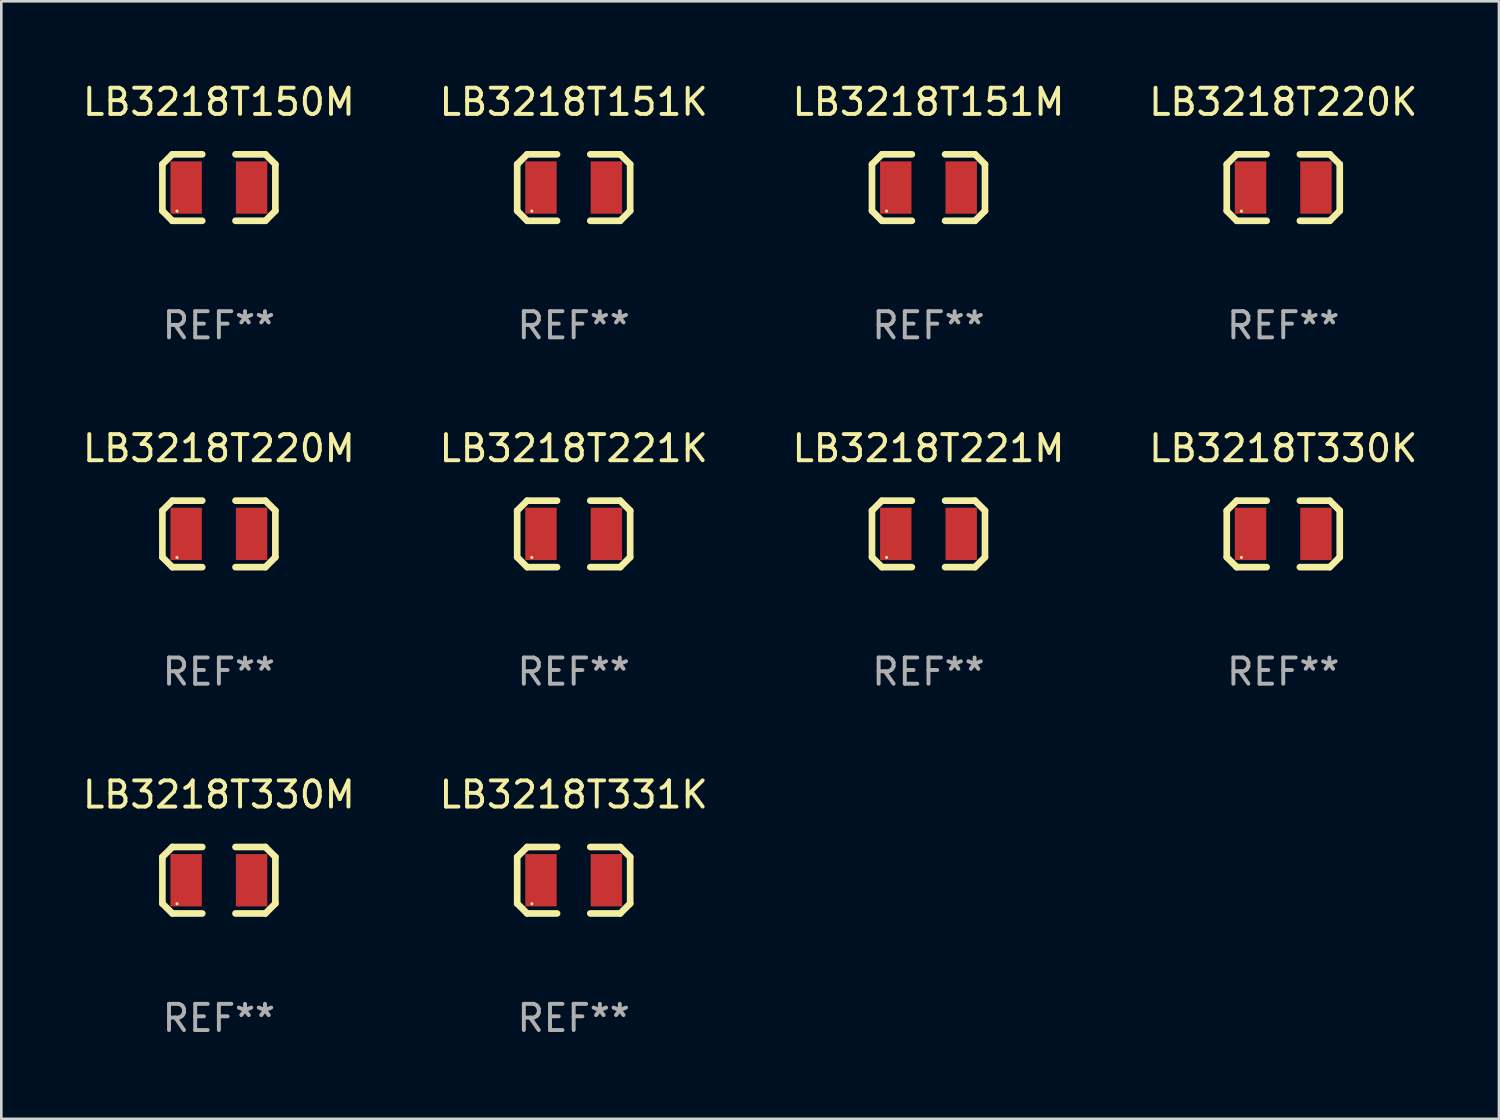
<source format=kicad_pcb>
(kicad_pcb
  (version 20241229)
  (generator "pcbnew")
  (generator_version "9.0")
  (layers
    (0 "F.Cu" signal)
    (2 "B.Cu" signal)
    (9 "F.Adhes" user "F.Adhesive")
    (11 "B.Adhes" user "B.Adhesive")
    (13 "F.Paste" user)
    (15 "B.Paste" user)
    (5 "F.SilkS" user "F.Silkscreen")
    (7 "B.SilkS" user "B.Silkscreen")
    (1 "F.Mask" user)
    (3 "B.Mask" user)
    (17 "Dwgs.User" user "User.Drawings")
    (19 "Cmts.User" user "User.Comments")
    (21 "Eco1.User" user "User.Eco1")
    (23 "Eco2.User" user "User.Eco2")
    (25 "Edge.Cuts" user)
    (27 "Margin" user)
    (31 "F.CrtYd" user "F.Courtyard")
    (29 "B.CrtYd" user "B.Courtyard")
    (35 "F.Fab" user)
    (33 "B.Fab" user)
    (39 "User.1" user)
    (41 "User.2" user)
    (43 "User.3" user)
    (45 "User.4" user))
  (footprint "LB3218T330K"
    (layer "F.Cu")
    (at 45.994 17.355)
    (property "Reference" "LB3218T330K" (at 0 -3.27 0) (layer "F.SilkS") (effects (font (size 1 1) (thickness 0.15))))
    (attr through_hole)
    (fp_line (start -2.159 -0.889) (end -2.159 0.889) (stroke (width 0.254) (type solid)) (layer "F.SilkS"))
    (fp_line (start -2.159 0.889) (end -1.778 1.27) (stroke (width 0.254) (type solid)) (layer "F.SilkS"))
    (fp_line (start -1.778 -1.27) (end -2.159 -0.889) (stroke (width 0.254) (type solid)) (layer "F.SilkS"))
    (fp_line (start -1.778 1.27) (end -0.635 1.27) (stroke (width 0.254) (type solid)) (layer "F.SilkS"))
    (fp_line (start -0.635 -1.27) (end -1.778 -1.27) (stroke (width 0.254) (type solid)) (layer "F.SilkS"))
    (fp_line (start 0.635 1.27) (end 1.778 1.27) (stroke (width 0.254) (type solid)) (layer "F.SilkS"))
    (fp_line (start 1.778 -1.27) (end 0.635 -1.27) (stroke (width 0.254) (type solid)) (layer "F.SilkS"))
    (fp_line (start 1.778 1.27) (end 2.159 0.889) (stroke (width 0.254) (type solid)) (layer "F.SilkS"))
    (fp_line (start 2.159 -0.889) (end 1.778 -1.27) (stroke (width 0.254) (type solid)) (layer "F.SilkS"))
    (fp_line (start 2.159 0.889) (end 2.159 -0.889) (stroke (width 0.254) (type solid)) (layer "F.SilkS"))
    (fp_circle (center -1.6 0.9) (end -1.57 0.9) (stroke (width 0.06) (type solid)) (fill no) (layer "F.SilkS"))
    (fp_text user "REF**" (at 0 5.27 0) (layer "F.Fab") (effects (font (size 1 1) (thickness 0.15))))
    (pad "1" smd rect (at -1.25 0) (size 1.2 2) (layers "F.Cu" "F.Mask" "F.Paste"))
    (pad "2" smd rect (at 1.25 0) (size 1.2 2) (layers "F.Cu" "F.Mask" "F.Paste")))
  (footprint "LB3218T220M"
    (layer "F.Cu")
    (at 5.315 17.355)
    (property "Reference" "LB3218T220M" (at 0 -3.27 0) (layer "F.SilkS") (effects (font (size 1 1) (thickness 0.15))))
    (attr through_hole)
    (fp_line (start -2.159 -0.889) (end -2.159 0.889) (stroke (width 0.254) (type solid)) (layer "F.SilkS"))
    (fp_line (start -2.159 0.889) (end -1.778 1.27) (stroke (width 0.254) (type solid)) (layer "F.SilkS"))
    (fp_line (start -1.778 -1.27) (end -2.159 -0.889) (stroke (width 0.254) (type solid)) (layer "F.SilkS"))
    (fp_line (start -1.778 1.27) (end -0.635 1.27) (stroke (width 0.254) (type solid)) (layer "F.SilkS"))
    (fp_line (start -0.635 -1.27) (end -1.778 -1.27) (stroke (width 0.254) (type solid)) (layer "F.SilkS"))
    (fp_line (start 0.635 1.27) (end 1.778 1.27) (stroke (width 0.254) (type solid)) (layer "F.SilkS"))
    (fp_line (start 1.778 -1.27) (end 0.635 -1.27) (stroke (width 0.254) (type solid)) (layer "F.SilkS"))
    (fp_line (start 1.778 1.27) (end 2.159 0.889) (stroke (width 0.254) (type solid)) (layer "F.SilkS"))
    (fp_line (start 2.159 -0.889) (end 1.778 -1.27) (stroke (width 0.254) (type solid)) (layer "F.SilkS"))
    (fp_line (start 2.159 0.889) (end 2.159 -0.889) (stroke (width 0.254) (type solid)) (layer "F.SilkS"))
    (fp_circle (center -1.6 0.9) (end -1.57 0.9) (stroke (width 0.06) (type solid)) (fill no) (layer "F.SilkS"))
    (fp_text user "REF**" (at 0 5.27 0) (layer "F.Fab") (effects (font (size 1 1) (thickness 0.15))))
    (pad "1" smd rect (at -1.25 0) (size 1.2 2) (layers "F.Cu" "F.Mask" "F.Paste"))
    (pad "2" smd rect (at 1.25 0) (size 1.2 2) (layers "F.Cu" "F.Mask" "F.Paste")))
  (footprint "LB3218T220K"
    (layer "F.Cu")
    (at 45.994 4.118)
    (property "Reference" "LB3218T220K" (at 0 -3.27 0) (layer "F.SilkS") (effects (font (size 1 1) (thickness 0.15))))
    (attr through_hole)
    (fp_line (start -2.159 -0.889) (end -2.159 0.889) (stroke (width 0.254) (type solid)) (layer "F.SilkS"))
    (fp_line (start -2.159 0.889) (end -1.778 1.27) (stroke (width 0.254) (type solid)) (layer "F.SilkS"))
    (fp_line (start -1.778 -1.27) (end -2.159 -0.889) (stroke (width 0.254) (type solid)) (layer "F.SilkS"))
    (fp_line (start -1.778 1.27) (end -0.635 1.27) (stroke (width 0.254) (type solid)) (layer "F.SilkS"))
    (fp_line (start -0.635 -1.27) (end -1.778 -1.27) (stroke (width 0.254) (type solid)) (layer "F.SilkS"))
    (fp_line (start 0.635 1.27) (end 1.778 1.27) (stroke (width 0.254) (type solid)) (layer "F.SilkS"))
    (fp_line (start 1.778 -1.27) (end 0.635 -1.27) (stroke (width 0.254) (type solid)) (layer "F.SilkS"))
    (fp_line (start 1.778 1.27) (end 2.159 0.889) (stroke (width 0.254) (type solid)) (layer "F.SilkS"))
    (fp_line (start 2.159 -0.889) (end 1.778 -1.27) (stroke (width 0.254) (type solid)) (layer "F.SilkS"))
    (fp_line (start 2.159 0.889) (end 2.159 -0.889) (stroke (width 0.254) (type solid)) (layer "F.SilkS"))
    (fp_circle (center -1.6 0.9) (end -1.57 0.9) (stroke (width 0.06) (type solid)) (fill no) (layer "F.SilkS"))
    (fp_text user "REF**" (at 0 5.27 0) (layer "F.Fab") (effects (font (size 1 1) (thickness 0.15))))
    (pad "1" smd rect (at -1.25 0) (size 1.2 2) (layers "F.Cu" "F.Mask" "F.Paste"))
    (pad "2" smd rect (at 1.25 0) (size 1.2 2) (layers "F.Cu" "F.Mask" "F.Paste")))
  (footprint "LB3218T330M"
    (layer "F.Cu")
    (at 5.315 30.591)
    (property "Reference" "LB3218T330M" (at 0 -3.27 0) (layer "F.SilkS") (effects (font (size 1 1) (thickness 0.15))))
    (attr through_hole)
    (fp_line (start -2.159 -0.889) (end -2.159 0.889) (stroke (width 0.254) (type solid)) (layer "F.SilkS"))
    (fp_line (start -2.159 0.889) (end -1.778 1.27) (stroke (width 0.254) (type solid)) (layer "F.SilkS"))
    (fp_line (start -1.778 -1.27) (end -2.159 -0.889) (stroke (width 0.254) (type solid)) (layer "F.SilkS"))
    (fp_line (start -1.778 1.27) (end -0.635 1.27) (stroke (width 0.254) (type solid)) (layer "F.SilkS"))
    (fp_line (start -0.635 -1.27) (end -1.778 -1.27) (stroke (width 0.254) (type solid)) (layer "F.SilkS"))
    (fp_line (start 0.635 1.27) (end 1.778 1.27) (stroke (width 0.254) (type solid)) (layer "F.SilkS"))
    (fp_line (start 1.778 -1.27) (end 0.635 -1.27) (stroke (width 0.254) (type solid)) (layer "F.SilkS"))
    (fp_line (start 1.778 1.27) (end 2.159 0.889) (stroke (width 0.254) (type solid)) (layer "F.SilkS"))
    (fp_line (start 2.159 -0.889) (end 1.778 -1.27) (stroke (width 0.254) (type solid)) (layer "F.SilkS"))
    (fp_line (start 2.159 0.889) (end 2.159 -0.889) (stroke (width 0.254) (type solid)) (layer "F.SilkS"))
    (fp_circle (center -1.6 0.9) (end -1.57 0.9) (stroke (width 0.06) (type solid)) (fill no) (layer "F.SilkS"))
    (fp_text user "REF**" (at 0 5.27 0) (layer "F.Fab") (effects (font (size 1 1) (thickness 0.15))))
    (pad "1" smd rect (at -1.25 0) (size 1.2 2) (layers "F.Cu" "F.Mask" "F.Paste"))
    (pad "2" smd rect (at 1.25 0) (size 1.2 2) (layers "F.Cu" "F.Mask" "F.Paste")))
  (footprint "LB3218T151M"
    (layer "F.Cu")
    (at 32.435 4.118)
    (property "Reference" "LB3218T151M" (at 0 -3.27 0) (layer "F.SilkS") (effects (font (size 1 1) (thickness 0.15))))
    (attr through_hole)
    (fp_line (start -2.159 -0.889) (end -2.159 0.889) (stroke (width 0.254) (type solid)) (layer "F.SilkS"))
    (fp_line (start -2.159 0.889) (end -1.778 1.27) (stroke (width 0.254) (type solid)) (layer "F.SilkS"))
    (fp_line (start -1.778 -1.27) (end -2.159 -0.889) (stroke (width 0.254) (type solid)) (layer "F.SilkS"))
    (fp_line (start -1.778 1.27) (end -0.635 1.27) (stroke (width 0.254) (type solid)) (layer "F.SilkS"))
    (fp_line (start -0.635 -1.27) (end -1.778 -1.27) (stroke (width 0.254) (type solid)) (layer "F.SilkS"))
    (fp_line (start 0.635 1.27) (end 1.778 1.27) (stroke (width 0.254) (type solid)) (layer "F.SilkS"))
    (fp_line (start 1.778 -1.27) (end 0.635 -1.27) (stroke (width 0.254) (type solid)) (layer "F.SilkS"))
    (fp_line (start 1.778 1.27) (end 2.159 0.889) (stroke (width 0.254) (type solid)) (layer "F.SilkS"))
    (fp_line (start 2.159 -0.889) (end 1.778 -1.27) (stroke (width 0.254) (type solid)) (layer "F.SilkS"))
    (fp_line (start 2.159 0.889) (end 2.159 -0.889) (stroke (width 0.254) (type solid)) (layer "F.SilkS"))
    (fp_circle (center -1.6 0.9) (end -1.57 0.9) (stroke (width 0.06) (type solid)) (fill no) (layer "F.SilkS"))
    (fp_text user "REF**" (at 0 5.27 0) (layer "F.Fab") (effects (font (size 1 1) (thickness 0.15))))
    (pad "1" smd rect (at -1.25 0) (size 1.2 2) (layers "F.Cu" "F.Mask" "F.Paste"))
    (pad "2" smd rect (at 1.25 0) (size 1.2 2) (layers "F.Cu" "F.Mask" "F.Paste")))
  (footprint "LB3218T221M"
    (layer "F.Cu")
    (at 32.435 17.355)
    (property "Reference" "LB3218T221M" (at 0 -3.27 0) (layer "F.SilkS") (effects (font (size 1 1) (thickness 0.15))))
    (attr through_hole)
    (fp_line (start -2.159 -0.889) (end -2.159 0.889) (stroke (width 0.254) (type solid)) (layer "F.SilkS"))
    (fp_line (start -2.159 0.889) (end -1.778 1.27) (stroke (width 0.254) (type solid)) (layer "F.SilkS"))
    (fp_line (start -1.778 -1.27) (end -2.159 -0.889) (stroke (width 0.254) (type solid)) (layer "F.SilkS"))
    (fp_line (start -1.778 1.27) (end -0.635 1.27) (stroke (width 0.254) (type solid)) (layer "F.SilkS"))
    (fp_line (start -0.635 -1.27) (end -1.778 -1.27) (stroke (width 0.254) (type solid)) (layer "F.SilkS"))
    (fp_line (start 0.635 1.27) (end 1.778 1.27) (stroke (width 0.254) (type solid)) (layer "F.SilkS"))
    (fp_line (start 1.778 -1.27) (end 0.635 -1.27) (stroke (width 0.254) (type solid)) (layer "F.SilkS"))
    (fp_line (start 1.778 1.27) (end 2.159 0.889) (stroke (width 0.254) (type solid)) (layer "F.SilkS"))
    (fp_line (start 2.159 -0.889) (end 1.778 -1.27) (stroke (width 0.254) (type solid)) (layer "F.SilkS"))
    (fp_line (start 2.159 0.889) (end 2.159 -0.889) (stroke (width 0.254) (type solid)) (layer "F.SilkS"))
    (fp_circle (center -1.6 0.9) (end -1.57 0.9) (stroke (width 0.06) (type solid)) (fill no) (layer "F.SilkS"))
    (fp_text user "REF**" (at 0 5.27 0) (layer "F.Fab") (effects (font (size 1 1) (thickness 0.15))))
    (pad "1" smd rect (at -1.25 0) (size 1.2 2) (layers "F.Cu" "F.Mask" "F.Paste"))
    (pad "2" smd rect (at 1.25 0) (size 1.2 2) (layers "F.Cu" "F.Mask" "F.Paste")))
  (footprint "LB3218T150M"
    (layer "F.Cu")
    (at 5.315 4.118)
    (property "Reference" "LB3218T150M" (at 0 -3.27 0) (layer "F.SilkS") (effects (font (size 1 1) (thickness 0.15))))
    (attr through_hole)
    (fp_line (start -2.159 -0.889) (end -2.159 0.889) (stroke (width 0.254) (type solid)) (layer "F.SilkS"))
    (fp_line (start -2.159 0.889) (end -1.778 1.27) (stroke (width 0.254) (type solid)) (layer "F.SilkS"))
    (fp_line (start -1.778 -1.27) (end -2.159 -0.889) (stroke (width 0.254) (type solid)) (layer "F.SilkS"))
    (fp_line (start -1.778 1.27) (end -0.635 1.27) (stroke (width 0.254) (type solid)) (layer "F.SilkS"))
    (fp_line (start -0.635 -1.27) (end -1.778 -1.27) (stroke (width 0.254) (type solid)) (layer "F.SilkS"))
    (fp_line (start 0.635 1.27) (end 1.778 1.27) (stroke (width 0.254) (type solid)) (layer "F.SilkS"))
    (fp_line (start 1.778 -1.27) (end 0.635 -1.27) (stroke (width 0.254) (type solid)) (layer "F.SilkS"))
    (fp_line (start 1.778 1.27) (end 2.159 0.889) (stroke (width 0.254) (type solid)) (layer "F.SilkS"))
    (fp_line (start 2.159 -0.889) (end 1.778 -1.27) (stroke (width 0.254) (type solid)) (layer "F.SilkS"))
    (fp_line (start 2.159 0.889) (end 2.159 -0.889) (stroke (width 0.254) (type solid)) (layer "F.SilkS"))
    (fp_circle (center -1.6 0.9) (end -1.57 0.9) (stroke (width 0.06) (type solid)) (fill no) (layer "F.SilkS"))
    (fp_text user "REF**" (at 0 5.27 0) (layer "F.Fab") (effects (font (size 1 1) (thickness 0.15))))
    (pad "1" smd rect (at -1.25 0) (size 1.2 2) (layers "F.Cu" "F.Mask" "F.Paste"))
    (pad "2" smd rect (at 1.25 0) (size 1.2 2) (layers "F.Cu" "F.Mask" "F.Paste")))
  (footprint "LB3218T221K"
    (layer "F.Cu")
    (at 18.875 17.355)
    (property "Reference" "LB3218T221K" (at 0 -3.27 0) (layer "F.SilkS") (effects (font (size 1 1) (thickness 0.15))))
    (attr through_hole)
    (fp_line (start -2.159 -0.889) (end -2.159 0.889) (stroke (width 0.254) (type solid)) (layer "F.SilkS"))
    (fp_line (start -2.159 0.889) (end -1.778 1.27) (stroke (width 0.254) (type solid)) (layer "F.SilkS"))
    (fp_line (start -1.778 -1.27) (end -2.159 -0.889) (stroke (width 0.254) (type solid)) (layer "F.SilkS"))
    (fp_line (start -1.778 1.27) (end -0.635 1.27) (stroke (width 0.254) (type solid)) (layer "F.SilkS"))
    (fp_line (start -0.635 -1.27) (end -1.778 -1.27) (stroke (width 0.254) (type solid)) (layer "F.SilkS"))
    (fp_line (start 0.635 1.27) (end 1.778 1.27) (stroke (width 0.254) (type solid)) (layer "F.SilkS"))
    (fp_line (start 1.778 -1.27) (end 0.635 -1.27) (stroke (width 0.254) (type solid)) (layer "F.SilkS"))
    (fp_line (start 1.778 1.27) (end 2.159 0.889) (stroke (width 0.254) (type solid)) (layer "F.SilkS"))
    (fp_line (start 2.159 -0.889) (end 1.778 -1.27) (stroke (width 0.254) (type solid)) (layer "F.SilkS"))
    (fp_line (start 2.159 0.889) (end 2.159 -0.889) (stroke (width 0.254) (type solid)) (layer "F.SilkS"))
    (fp_circle (center -1.6 0.9) (end -1.57 0.9) (stroke (width 0.06) (type solid)) (fill no) (layer "F.SilkS"))
    (fp_text user "REF**" (at 0 5.27 0) (layer "F.Fab") (effects (font (size 1 1) (thickness 0.15))))
    (pad "1" smd rect (at -1.25 0) (size 1.2 2) (layers "F.Cu" "F.Mask" "F.Paste"))
    (pad "2" smd rect (at 1.25 0) (size 1.2 2) (layers "F.Cu" "F.Mask" "F.Paste")))
  (footprint "LB3218T331K"
    (layer "F.Cu")
    (at 18.875 30.591)
    (property "Reference" "LB3218T331K" (at 0 -3.27 0) (layer "F.SilkS") (effects (font (size 1 1) (thickness 0.15))))
    (attr through_hole)
    (fp_line (start -2.159 -0.889) (end -2.159 0.889) (stroke (width 0.254) (type solid)) (layer "F.SilkS"))
    (fp_line (start -2.159 0.889) (end -1.778 1.27) (stroke (width 0.254) (type solid)) (layer "F.SilkS"))
    (fp_line (start -1.778 -1.27) (end -2.159 -0.889) (stroke (width 0.254) (type solid)) (layer "F.SilkS"))
    (fp_line (start -1.778 1.27) (end -0.635 1.27) (stroke (width 0.254) (type solid)) (layer "F.SilkS"))
    (fp_line (start -0.635 -1.27) (end -1.778 -1.27) (stroke (width 0.254) (type solid)) (layer "F.SilkS"))
    (fp_line (start 0.635 1.27) (end 1.778 1.27) (stroke (width 0.254) (type solid)) (layer "F.SilkS"))
    (fp_line (start 1.778 -1.27) (end 0.635 -1.27) (stroke (width 0.254) (type solid)) (layer "F.SilkS"))
    (fp_line (start 1.778 1.27) (end 2.159 0.889) (stroke (width 0.254) (type solid)) (layer "F.SilkS"))
    (fp_line (start 2.159 -0.889) (end 1.778 -1.27) (stroke (width 0.254) (type solid)) (layer "F.SilkS"))
    (fp_line (start 2.159 0.889) (end 2.159 -0.889) (stroke (width 0.254) (type solid)) (layer "F.SilkS"))
    (fp_circle (center -1.6 0.9) (end -1.57 0.9) (stroke (width 0.06) (type solid)) (fill no) (layer "F.SilkS"))
    (fp_text user "REF**" (at 0 5.27 0) (layer "F.Fab") (effects (font (size 1 1) (thickness 0.15))))
    (pad "1" smd rect (at -1.25 0) (size 1.2 2) (layers "F.Cu" "F.Mask" "F.Paste"))
    (pad "2" smd rect (at 1.25 0) (size 1.2 2) (layers "F.Cu" "F.Mask" "F.Paste")))
  (footprint "LB3218T151K"
    (layer "F.Cu")
    (at 18.875 4.118)
    (property "Reference" "LB3218T151K" (at 0 -3.27 0) (layer "F.SilkS") (effects (font (size 1 1) (thickness 0.15))))
    (attr through_hole)
    (fp_line (start -2.159 -0.889) (end -2.159 0.889) (stroke (width 0.254) (type solid)) (layer "F.SilkS"))
    (fp_line (start -2.159 0.889) (end -1.778 1.27) (stroke (width 0.254) (type solid)) (layer "F.SilkS"))
    (fp_line (start -1.778 -1.27) (end -2.159 -0.889) (stroke (width 0.254) (type solid)) (layer "F.SilkS"))
    (fp_line (start -1.778 1.27) (end -0.635 1.27) (stroke (width 0.254) (type solid)) (layer "F.SilkS"))
    (fp_line (start -0.635 -1.27) (end -1.778 -1.27) (stroke (width 0.254) (type solid)) (layer "F.SilkS"))
    (fp_line (start 0.635 1.27) (end 1.778 1.27) (stroke (width 0.254) (type solid)) (layer "F.SilkS"))
    (fp_line (start 1.778 -1.27) (end 0.635 -1.27) (stroke (width 0.254) (type solid)) (layer "F.SilkS"))
    (fp_line (start 1.778 1.27) (end 2.159 0.889) (stroke (width 0.254) (type solid)) (layer "F.SilkS"))
    (fp_line (start 2.159 -0.889) (end 1.778 -1.27) (stroke (width 0.254) (type solid)) (layer "F.SilkS"))
    (fp_line (start 2.159 0.889) (end 2.159 -0.889) (stroke (width 0.254) (type solid)) (layer "F.SilkS"))
    (fp_circle (center -1.6 0.9) (end -1.57 0.9) (stroke (width 0.06) (type solid)) (fill no) (layer "F.SilkS"))
    (fp_text user "REF**" (at 0 5.27 0) (layer "F.Fab") (effects (font (size 1 1) (thickness 0.15))))
    (pad "1" smd rect (at -1.25 0) (size 1.2 2) (layers "F.Cu" "F.Mask" "F.Paste"))
    (pad "2" smd rect (at 1.25 0) (size 1.2 2) (layers "F.Cu" "F.Mask" "F.Paste")))
  (gr_rect
    (start -3 -3)
    (end 54.238 39.71)
    (stroke (width 0.1) (type default))
    (fill no)
    (layer "Edge.Cuts")))
</source>
